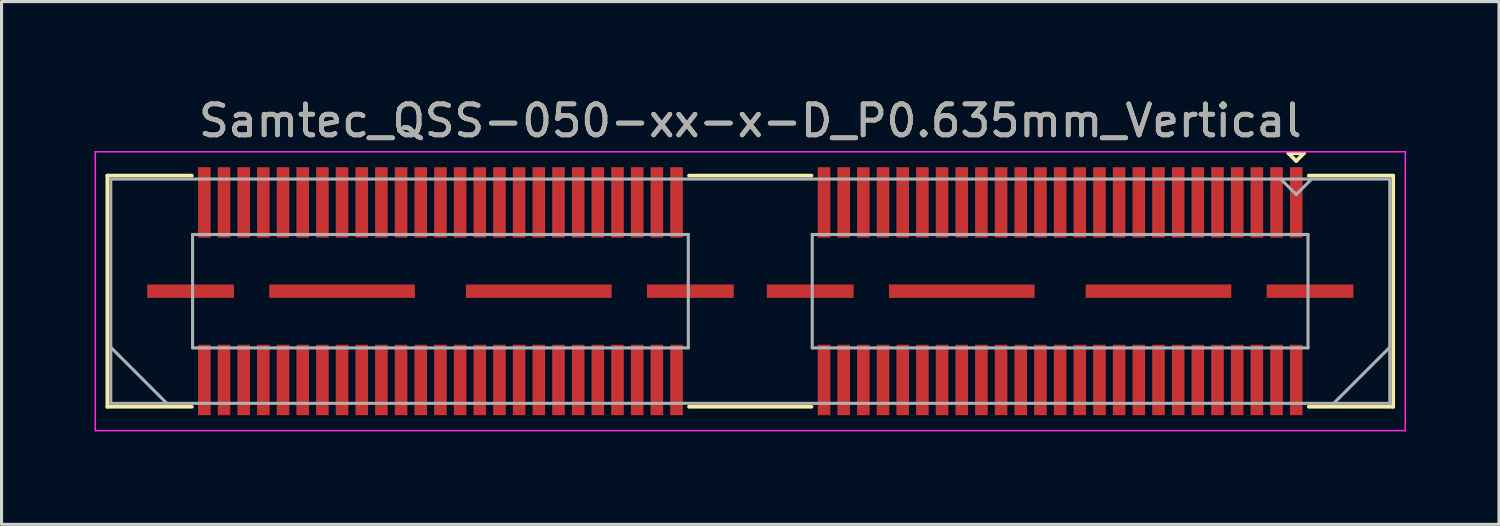
<source format=kicad_pcb>
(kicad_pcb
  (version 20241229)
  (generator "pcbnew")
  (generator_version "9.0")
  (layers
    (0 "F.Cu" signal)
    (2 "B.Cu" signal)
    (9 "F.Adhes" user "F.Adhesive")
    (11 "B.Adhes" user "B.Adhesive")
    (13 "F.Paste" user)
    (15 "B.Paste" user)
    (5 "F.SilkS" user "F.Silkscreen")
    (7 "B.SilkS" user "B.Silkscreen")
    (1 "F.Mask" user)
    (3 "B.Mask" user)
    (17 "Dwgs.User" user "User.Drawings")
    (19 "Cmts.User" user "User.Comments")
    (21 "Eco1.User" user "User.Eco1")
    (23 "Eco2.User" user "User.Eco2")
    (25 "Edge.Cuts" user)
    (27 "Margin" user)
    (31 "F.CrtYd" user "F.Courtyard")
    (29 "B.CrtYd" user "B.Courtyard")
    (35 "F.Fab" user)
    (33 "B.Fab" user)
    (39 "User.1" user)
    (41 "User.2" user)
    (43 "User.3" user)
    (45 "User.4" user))
  (footprint "Samtec_QSS-050-xx-x-D_P0.635mm_Vertical"
    (layer "F.Cu")
    (at 21.165 6.348)
    (property "Reference" "Samtec_QSS-050-xx-x-D_P0.635mm_Vertical" (at 0 -5.5 0) (layer "F.SilkS") (effects (font (size 1 1) (thickness 0.15))))
    (attr smd)
    (fp_line (start -20.75 -3.73) (end -18.023 -3.73) (stroke (width 0.12) (type solid)) (layer "F.SilkS"))
    (fp_line (start -20.75 3.73) (end -20.75 -3.73) (stroke (width 0.12) (type solid)) (layer "F.SilkS"))
    (fp_line (start -18.023 3.73) (end -20.75 3.73) (stroke (width 0.12) (type solid)) (layer "F.SilkS"))
    (fp_line (start 1.977 -3.73) (end -1.977 -3.73) (stroke (width 0.12) (type solid)) (layer "F.SilkS"))
    (fp_line (start 1.977 3.73) (end -1.977 3.73) (stroke (width 0.12) (type solid)) (layer "F.SilkS"))
    (fp_line (start 17.37 -4.452) (end 17.87 -4.452) (stroke (width 0.12) (type solid)) (layer "F.SilkS"))
    (fp_line (start 17.62 -4.202) (end 17.37 -4.452) (stroke (width 0.12) (type solid)) (layer "F.SilkS"))
    (fp_line (start 17.87 -4.452) (end 17.62 -4.202) (stroke (width 0.12) (type solid)) (layer "F.SilkS"))
    (fp_line (start 18.023 3.73) (end 20.75 3.73) (stroke (width 0.12) (type solid)) (layer "F.SilkS"))
    (fp_line (start 20.75 -3.73) (end 18.023 -3.73) (stroke (width 0.12) (type solid)) (layer "F.SilkS"))
    (fp_line (start 20.75 3.73) (end 20.75 -3.73) (stroke (width 0.12) (type solid)) (layer "F.SilkS"))
    (fp_line (start -21.14 -4.5) (end -21.14 4.5) (stroke (width 0.05) (type solid)) (layer "F.CrtYd"))
    (fp_line (start -21.14 4.5) (end 21.14 4.5) (stroke (width 0.05) (type solid)) (layer "F.CrtYd"))
    (fp_line (start 21.14 -4.5) (end -21.14 -4.5) (stroke (width 0.05) (type solid)) (layer "F.CrtYd"))
    (fp_line (start 21.14 4.5) (end 21.14 -4.5) (stroke (width 0.05) (type solid)) (layer "F.CrtYd"))
    (fp_line (start -20.64 -3.62) (end -20.64 3.62) (stroke (width 0.1) (type solid)) (layer "F.Fab"))
    (fp_line (start -20.64 1.81) (end -18.83 3.62) (stroke (width 0.1) (type solid)) (layer "F.Fab"))
    (fp_line (start -20.64 3.62) (end 20.64 3.62) (stroke (width 0.1) (type solid)) (layer "F.Fab"))
    (fp_line (start -18 -1.83) (end -18 1.83) (stroke (width 0.1) (type solid)) (layer "F.Fab"))
    (fp_line (start -18 1.83) (end -2 1.83) (stroke (width 0.1) (type solid)) (layer "F.Fab"))
    (fp_line (start -2 -1.83) (end -18 -1.83) (stroke (width 0.1) (type solid)) (layer "F.Fab"))
    (fp_line (start -2 1.83) (end -2 -1.83) (stroke (width 0.1) (type solid)) (layer "F.Fab"))
    (fp_line (start 2 -1.83) (end 2 1.83) (stroke (width 0.1) (type solid)) (layer "F.Fab"))
    (fp_line (start 2 1.83) (end 18 1.83) (stroke (width 0.1) (type solid)) (layer "F.Fab"))
    (fp_line (start 17.62 -3.12) (end 17.12 -3.62) (stroke (width 0.1) (type solid)) (layer "F.Fab"))
    (fp_line (start 18 -1.83) (end 2 -1.83) (stroke (width 0.1) (type solid)) (layer "F.Fab"))
    (fp_line (start 18 1.83) (end 18 -1.83) (stroke (width 0.1) (type solid)) (layer "F.Fab"))
    (fp_line (start 18.12 -3.62) (end 17.62 -3.12) (stroke (width 0.1) (type solid)) (layer "F.Fab"))
    (fp_line (start 20.64 -3.62) (end -20.64 -3.62) (stroke (width 0.1) (type solid)) (layer "F.Fab"))
    (fp_line (start 20.64 1.81) (end 18.83 3.62) (stroke (width 0.1) (type solid)) (layer "F.Fab"))
    (fp_line (start 20.64 3.62) (end 20.64 -3.62) (stroke (width 0.1) (type solid)) (layer "F.Fab"))
    (fp_text user "${REFERENCE}" (at 0 -5.5 0) (layer "F.Fab") (effects (font (size 1 1) (thickness 0.15))))
    (pad "1" smd rect (at 17.62 -2.865) (size 0.406 2.273) (layers "F.Cu" "F.Mask" "F.Paste"))
    (pad "2" smd rect (at 17.62 2.865) (size 0.406 2.273) (layers "F.Cu" "F.Mask" "F.Paste"))
    (pad "3" smd rect (at 16.985 -2.865) (size 0.406 2.273) (layers "F.Cu" "F.Mask" "F.Paste"))
    (pad "4" smd rect (at 16.985 2.865) (size 0.406 2.273) (layers "F.Cu" "F.Mask" "F.Paste"))
    (pad "5" smd rect (at 16.35 -2.865) (size 0.406 2.273) (layers "F.Cu" "F.Mask" "F.Paste"))
    (pad "6" smd rect (at 16.35 2.865) (size 0.406 2.273) (layers "F.Cu" "F.Mask" "F.Paste"))
    (pad "7" smd rect (at 15.715 -2.865) (size 0.406 2.273) (layers "F.Cu" "F.Mask" "F.Paste"))
    (pad "8" smd rect (at 15.715 2.865) (size 0.406 2.273) (layers "F.Cu" "F.Mask" "F.Paste"))
    (pad "9" smd rect (at 15.08 -2.865) (size 0.406 2.273) (layers "F.Cu" "F.Mask" "F.Paste"))
    (pad "10" smd rect (at 15.08 2.865) (size 0.406 2.273) (layers "F.Cu" "F.Mask" "F.Paste"))
    (pad "11" smd rect (at 14.445 -2.865) (size 0.406 2.273) (layers "F.Cu" "F.Mask" "F.Paste"))
    (pad "12" smd rect (at 14.445 2.865) (size 0.406 2.273) (layers "F.Cu" "F.Mask" "F.Paste"))
    (pad "13" smd rect (at 13.81 -2.865) (size 0.406 2.273) (layers "F.Cu" "F.Mask" "F.Paste"))
    (pad "14" smd rect (at 13.81 2.865) (size 0.406 2.273) (layers "F.Cu" "F.Mask" "F.Paste"))
    (pad "15" smd rect (at 13.175 -2.865) (size 0.406 2.273) (layers "F.Cu" "F.Mask" "F.Paste"))
    (pad "16" smd rect (at 13.175 2.865) (size 0.406 2.273) (layers "F.Cu" "F.Mask" "F.Paste"))
    (pad "17" smd rect (at 12.54 -2.865) (size 0.406 2.273) (layers "F.Cu" "F.Mask" "F.Paste"))
    (pad "18" smd rect (at 12.54 2.865) (size 0.406 2.273) (layers "F.Cu" "F.Mask" "F.Paste"))
    (pad "19" smd rect (at 11.905 -2.865) (size 0.406 2.273) (layers "F.Cu" "F.Mask" "F.Paste"))
    (pad "20" smd rect (at 11.905 2.865) (size 0.406 2.273) (layers "F.Cu" "F.Mask" "F.Paste"))
    (pad "21" smd rect (at 11.27 -2.865) (size 0.406 2.273) (layers "F.Cu" "F.Mask" "F.Paste"))
    (pad "22" smd rect (at 11.27 2.865) (size 0.406 2.273) (layers "F.Cu" "F.Mask" "F.Paste"))
    (pad "23" smd rect (at 10.635 -2.865) (size 0.406 2.273) (layers "F.Cu" "F.Mask" "F.Paste"))
    (pad "24" smd rect (at 10.635 2.865) (size 0.406 2.273) (layers "F.Cu" "F.Mask" "F.Paste"))
    (pad "25" smd rect (at 10 -2.865) (size 0.406 2.273) (layers "F.Cu" "F.Mask" "F.Paste"))
    (pad "26" smd rect (at 10 2.865) (size 0.406 2.273) (layers "F.Cu" "F.Mask" "F.Paste"))
    (pad "27" smd rect (at 9.365 -2.865) (size 0.406 2.273) (layers "F.Cu" "F.Mask" "F.Paste"))
    (pad "28" smd rect (at 9.365 2.865) (size 0.406 2.273) (layers "F.Cu" "F.Mask" "F.Paste"))
    (pad "29" smd rect (at 8.73 -2.865) (size 0.406 2.273) (layers "F.Cu" "F.Mask" "F.Paste"))
    (pad "30" smd rect (at 8.73 2.865) (size 0.406 2.273) (layers "F.Cu" "F.Mask" "F.Paste"))
    (pad "31" smd rect (at 8.095 -2.865) (size 0.406 2.273) (layers "F.Cu" "F.Mask" "F.Paste"))
    (pad "32" smd rect (at 8.095 2.865) (size 0.406 2.273) (layers "F.Cu" "F.Mask" "F.Paste"))
    (pad "33" smd rect (at 7.46 -2.865) (size 0.406 2.273) (layers "F.Cu" "F.Mask" "F.Paste"))
    (pad "34" smd rect (at 7.46 2.865) (size 0.406 2.273) (layers "F.Cu" "F.Mask" "F.Paste"))
    (pad "35" smd rect (at 6.825 -2.865) (size 0.406 2.273) (layers "F.Cu" "F.Mask" "F.Paste"))
    (pad "36" smd rect (at 6.825 2.865) (size 0.406 2.273) (layers "F.Cu" "F.Mask" "F.Paste"))
    (pad "37" smd rect (at 6.19 -2.865) (size 0.406 2.273) (layers "F.Cu" "F.Mask" "F.Paste"))
    (pad "38" smd rect (at 6.19 2.865) (size 0.406 2.273) (layers "F.Cu" "F.Mask" "F.Paste"))
    (pad "39" smd rect (at 5.555 -2.865) (size 0.406 2.273) (layers "F.Cu" "F.Mask" "F.Paste"))
    (pad "40" smd rect (at 5.555 2.865) (size 0.406 2.273) (layers "F.Cu" "F.Mask" "F.Paste"))
    (pad "41" smd rect (at 4.92 -2.865) (size 0.406 2.273) (layers "F.Cu" "F.Mask" "F.Paste"))
    (pad "42" smd rect (at 4.92 2.865) (size 0.406 2.273) (layers "F.Cu" "F.Mask" "F.Paste"))
    (pad "43" smd rect (at 4.285 -2.865) (size 0.406 2.273) (layers "F.Cu" "F.Mask" "F.Paste"))
    (pad "44" smd rect (at 4.285 2.865) (size 0.406 2.273) (layers "F.Cu" "F.Mask" "F.Paste"))
    (pad "45" smd rect (at 3.65 -2.865) (size 0.406 2.273) (layers "F.Cu" "F.Mask" "F.Paste"))
    (pad "46" smd rect (at 3.65 2.865) (size 0.406 2.273) (layers "F.Cu" "F.Mask" "F.Paste"))
    (pad "47" smd rect (at 3.015 -2.865) (size 0.406 2.273) (layers "F.Cu" "F.Mask" "F.Paste"))
    (pad "48" smd rect (at 3.015 2.865) (size 0.406 2.273) (layers "F.Cu" "F.Mask" "F.Paste"))
    (pad "49" smd rect (at 2.38 -2.865) (size 0.406 2.273) (layers "F.Cu" "F.Mask" "F.Paste"))
    (pad "50" smd rect (at 2.38 2.865) (size 0.406 2.273) (layers "F.Cu" "F.Mask" "F.Paste"))
    (pad "51" smd rect (at -2.38 -2.865) (size 0.406 2.273) (layers "F.Cu" "F.Mask" "F.Paste"))
    (pad "52" smd rect (at -2.38 2.865) (size 0.406 2.273) (layers "F.Cu" "F.Mask" "F.Paste"))
    (pad "53" smd rect (at -3.015 -2.865) (size 0.406 2.273) (layers "F.Cu" "F.Mask" "F.Paste"))
    (pad "54" smd rect (at -3.015 2.865) (size 0.406 2.273) (layers "F.Cu" "F.Mask" "F.Paste"))
    (pad "55" smd rect (at -3.65 -2.865) (size 0.406 2.273) (layers "F.Cu" "F.Mask" "F.Paste"))
    (pad "56" smd rect (at -3.65 2.865) (size 0.406 2.273) (layers "F.Cu" "F.Mask" "F.Paste"))
    (pad "57" smd rect (at -4.285 -2.865) (size 0.406 2.273) (layers "F.Cu" "F.Mask" "F.Paste"))
    (pad "58" smd rect (at -4.285 2.865) (size 0.406 2.273) (layers "F.Cu" "F.Mask" "F.Paste"))
    (pad "59" smd rect (at -4.92 -2.865) (size 0.406 2.273) (layers "F.Cu" "F.Mask" "F.Paste"))
    (pad "60" smd rect (at -4.92 2.865) (size 0.406 2.273) (layers "F.Cu" "F.Mask" "F.Paste"))
    (pad "61" smd rect (at -5.555 -2.865) (size 0.406 2.273) (layers "F.Cu" "F.Mask" "F.Paste"))
    (pad "62" smd rect (at -5.555 2.865) (size 0.406 2.273) (layers "F.Cu" "F.Mask" "F.Paste"))
    (pad "63" smd rect (at -6.19 -2.865) (size 0.406 2.273) (layers "F.Cu" "F.Mask" "F.Paste"))
    (pad "64" smd rect (at -6.19 2.865) (size 0.406 2.273) (layers "F.Cu" "F.Mask" "F.Paste"))
    (pad "65" smd rect (at -6.825 -2.865) (size 0.406 2.273) (layers "F.Cu" "F.Mask" "F.Paste"))
    (pad "66" smd rect (at -6.825 2.865) (size 0.406 2.273) (layers "F.Cu" "F.Mask" "F.Paste"))
    (pad "67" smd rect (at -7.46 -2.865) (size 0.406 2.273) (layers "F.Cu" "F.Mask" "F.Paste"))
    (pad "68" smd rect (at -7.46 2.865) (size 0.406 2.273) (layers "F.Cu" "F.Mask" "F.Paste"))
    (pad "69" smd rect (at -8.095 -2.865) (size 0.406 2.273) (layers "F.Cu" "F.Mask" "F.Paste"))
    (pad "70" smd rect (at -8.095 2.865) (size 0.406 2.273) (layers "F.Cu" "F.Mask" "F.Paste"))
    (pad "71" smd rect (at -8.73 -2.865) (size 0.406 2.273) (layers "F.Cu" "F.Mask" "F.Paste"))
    (pad "72" smd rect (at -8.73 2.865) (size 0.406 2.273) (layers "F.Cu" "F.Mask" "F.Paste"))
    (pad "73" smd rect (at -9.365 -2.865) (size 0.406 2.273) (layers "F.Cu" "F.Mask" "F.Paste"))
    (pad "74" smd rect (at -9.365 2.865) (size 0.406 2.273) (layers "F.Cu" "F.Mask" "F.Paste"))
    (pad "75" smd rect (at -10 -2.865) (size 0.406 2.273) (layers "F.Cu" "F.Mask" "F.Paste"))
    (pad "76" smd rect (at -10 2.865) (size 0.406 2.273) (layers "F.Cu" "F.Mask" "F.Paste"))
    (pad "77" smd rect (at -10.635 -2.865) (size 0.406 2.273) (layers "F.Cu" "F.Mask" "F.Paste"))
    (pad "78" smd rect (at -10.635 2.865) (size 0.406 2.273) (layers "F.Cu" "F.Mask" "F.Paste"))
    (pad "79" smd rect (at -11.27 -2.865) (size 0.406 2.273) (layers "F.Cu" "F.Mask" "F.Paste"))
    (pad "80" smd rect (at -11.27 2.865) (size 0.406 2.273) (layers "F.Cu" "F.Mask" "F.Paste"))
    (pad "81" smd rect (at -11.905 -2.865) (size 0.406 2.273) (layers "F.Cu" "F.Mask" "F.Paste"))
    (pad "82" smd rect (at -11.905 2.865) (size 0.406 2.273) (layers "F.Cu" "F.Mask" "F.Paste"))
    (pad "83" smd rect (at -12.54 -2.865) (size 0.406 2.273) (layers "F.Cu" "F.Mask" "F.Paste"))
    (pad "84" smd rect (at -12.54 2.865) (size 0.406 2.273) (layers "F.Cu" "F.Mask" "F.Paste"))
    (pad "85" smd rect (at -13.175 -2.865) (size 0.406 2.273) (layers "F.Cu" "F.Mask" "F.Paste"))
    (pad "86" smd rect (at -13.175 2.865) (size 0.406 2.273) (layers "F.Cu" "F.Mask" "F.Paste"))
    (pad "87" smd rect (at -13.81 -2.865) (size 0.406 2.273) (layers "F.Cu" "F.Mask" "F.Paste"))
    (pad "88" smd rect (at -13.81 2.865) (size 0.406 2.273) (layers "F.Cu" "F.Mask" "F.Paste"))
    (pad "89" smd rect (at -14.445 -2.865) (size 0.406 2.273) (layers "F.Cu" "F.Mask" "F.Paste"))
    (pad "90" smd rect (at -14.445 2.865) (size 0.406 2.273) (layers "F.Cu" "F.Mask" "F.Paste"))
    (pad "91" smd rect (at -15.08 -2.865) (size 0.406 2.273) (layers "F.Cu" "F.Mask" "F.Paste"))
    (pad "92" smd rect (at -15.08 2.865) (size 0.406 2.273) (layers "F.Cu" "F.Mask" "F.Paste"))
    (pad "93" smd rect (at -15.715 -2.865) (size 0.406 2.273) (layers "F.Cu" "F.Mask" "F.Paste"))
    (pad "94" smd rect (at -15.715 2.865) (size 0.406 2.273) (layers "F.Cu" "F.Mask" "F.Paste"))
    (pad "95" smd rect (at -16.35 -2.865) (size 0.406 2.273) (layers "F.Cu" "F.Mask" "F.Paste"))
    (pad "96" smd rect (at -16.35 2.865) (size 0.406 2.273) (layers "F.Cu" "F.Mask" "F.Paste"))
    (pad "97" smd rect (at -16.985 -2.865) (size 0.406 2.273) (layers "F.Cu" "F.Mask" "F.Paste"))
    (pad "98" smd rect (at -16.985 2.865) (size 0.406 2.273) (layers "F.Cu" "F.Mask" "F.Paste"))
    (pad "99" smd rect (at -17.62 -2.865) (size 0.406 2.273) (layers "F.Cu" "F.Mask" "F.Paste"))
    (pad "100" smd rect (at -17.62 2.865) (size 0.406 2.273) (layers "F.Cu" "F.Mask" "F.Paste"))
    (pad "P1" smd rect (at 1.935 0) (size 2.8 0.432) (layers "F.Cu" "F.Mask" "F.Paste"))
    (pad "P1" smd rect (at 6.825 0) (size 4.7 0.432) (layers "F.Cu" "F.Mask" "F.Paste"))
    (pad "P1" smd rect (at 13.175 0) (size 4.7 0.432) (layers "F.Cu" "F.Mask" "F.Paste"))
    (pad "P1" smd rect (at 18.065 0) (size 2.8 0.432) (layers "F.Cu" "F.Mask" "F.Paste"))
    (pad "P2" smd rect (at -18.065 0) (size 2.8 0.432) (layers "F.Cu" "F.Mask" "F.Paste"))
    (pad "P2" smd rect (at -13.175 0) (size 4.7 0.432) (layers "F.Cu" "F.Mask" "F.Paste"))
    (pad "P2" smd rect (at -6.825 0) (size 4.7 0.432) (layers "F.Cu" "F.Mask" "F.Paste"))
    (pad "P2" smd rect (at -1.935 0) (size 2.8 0.432) (layers "F.Cu" "F.Mask" "F.Paste")))
  (gr_rect
    (start -3 -3)
    (end 45.33 13.873)
    (stroke (width 0.1) (type default))
    (fill no)
    (layer "Edge.Cuts")))
</source>
